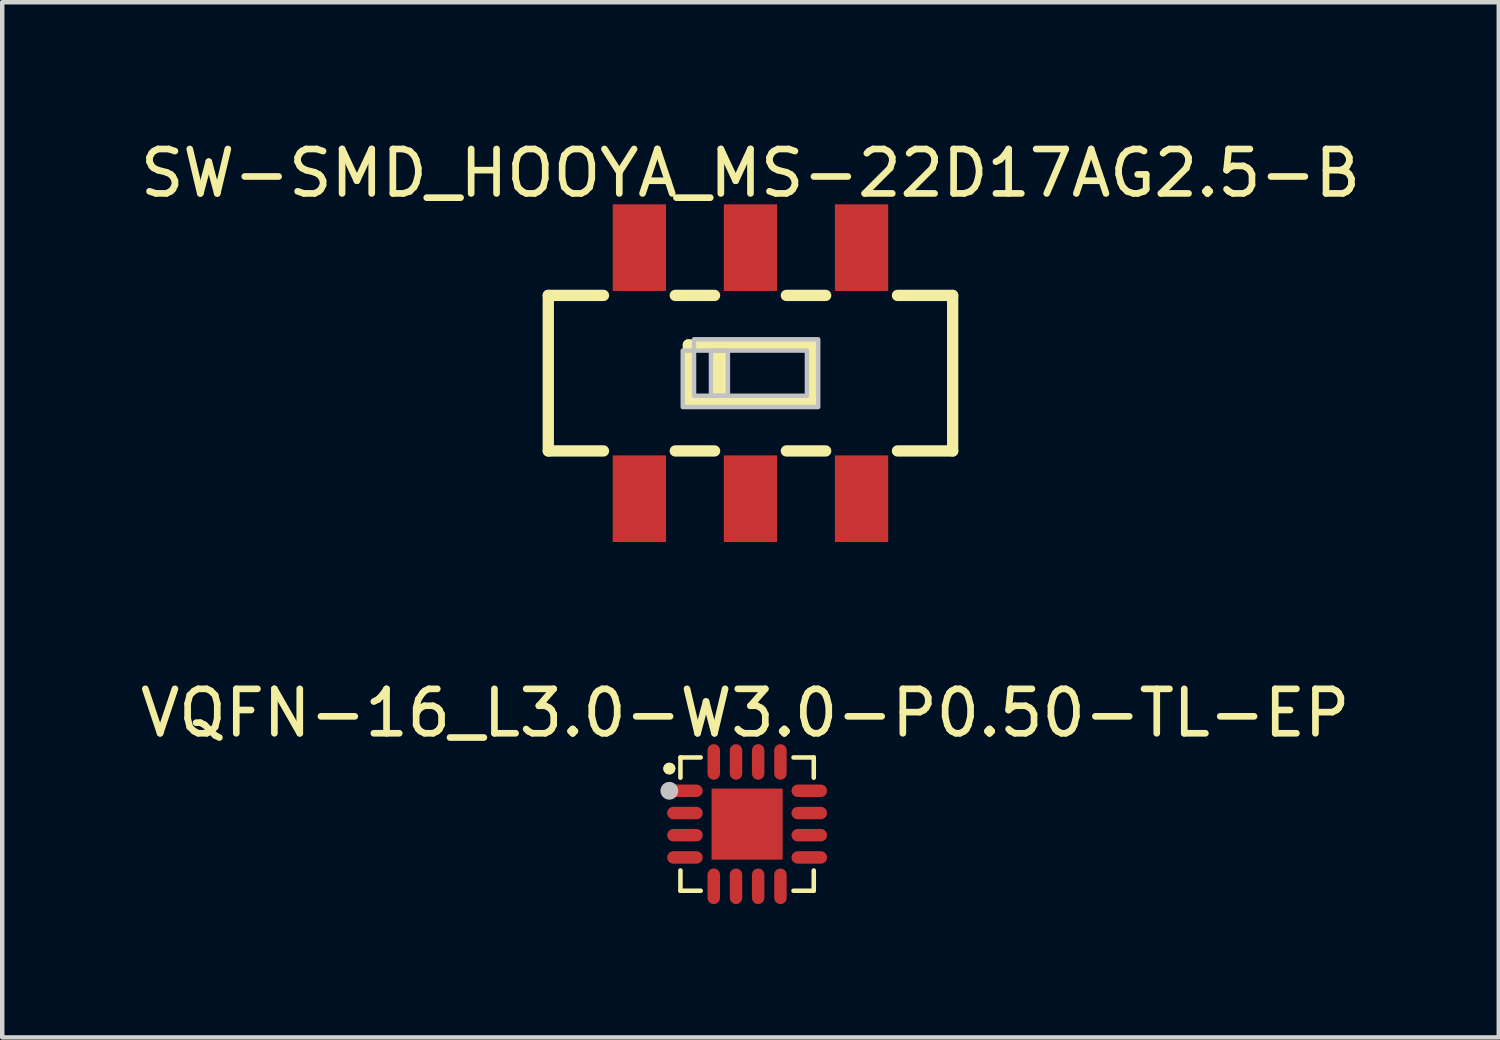
<source format=kicad_pcb>
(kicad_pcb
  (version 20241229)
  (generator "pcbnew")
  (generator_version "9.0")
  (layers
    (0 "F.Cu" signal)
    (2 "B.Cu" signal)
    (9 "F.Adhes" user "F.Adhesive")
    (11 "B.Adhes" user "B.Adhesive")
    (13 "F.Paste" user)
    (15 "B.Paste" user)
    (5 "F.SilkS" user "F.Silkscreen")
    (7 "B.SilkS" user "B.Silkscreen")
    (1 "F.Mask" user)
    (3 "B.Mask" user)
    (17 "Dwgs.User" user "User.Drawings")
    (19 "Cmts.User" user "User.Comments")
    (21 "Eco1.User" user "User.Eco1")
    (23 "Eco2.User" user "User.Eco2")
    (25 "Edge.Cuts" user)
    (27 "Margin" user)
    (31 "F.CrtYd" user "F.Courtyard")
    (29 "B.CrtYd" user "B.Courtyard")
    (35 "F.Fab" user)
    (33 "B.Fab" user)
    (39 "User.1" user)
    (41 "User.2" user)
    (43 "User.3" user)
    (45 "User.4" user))
  (footprint "VQFN-16_L3.0-W3.0-P0.50-TL-EP"
    (layer "F.Cu")
    (at 13.763 15.496)
    (property "Reference" "VQFN-16_L3.0-W3.0-P0.50-TL-EP" (at -0.043 -2.499 0) (layer "F.SilkS") (effects (font (size 1 1) (thickness 0.15))))
    (fp_line (start -1.5 -1.5) (end -1.5 -1.044) (stroke (width 0.102) (type default)) (layer "F.SilkS"))
    (fp_line (start -1.5 1.044) (end -1.5 1.5) (stroke (width 0.102) (type default)) (layer "F.SilkS"))
    (fp_line (start -1.5 1.5) (end -1.044 1.5) (stroke (width 0.102) (type default)) (layer "F.SilkS"))
    (fp_line (start -1.044 -1.5) (end -1.5 -1.5) (stroke (width 0.102) (type default)) (layer "F.SilkS"))
    (fp_line (start 1.044 1.5) (end 1.5 1.5) (stroke (width 0.102) (type default)) (layer "F.SilkS"))
    (fp_line (start 1.5 -1.5) (end 1.044 -1.5) (stroke (width 0.102) (type default)) (layer "F.SilkS"))
    (fp_line (start 1.5 -1.5) (end 1.5 -1.044) (stroke (width 0.102) (type default)) (layer "F.SilkS"))
    (fp_line (start 1.5 1.044) (end 1.5 1.5) (stroke (width 0.102) (type default)) (layer "F.SilkS"))
    (fp_arc (start -1.76 -1.25) (mid -1.750744 -1.259972) (end -1.74 -1.2515) (stroke (width 0.25) (type default)) (layer "F.SilkS"))
    (fp_arc (start -1.74 -1.249) (mid -1.750501 -1.239963) (end -1.76 -1.25) (stroke (width 0.25) (type default)) (layer "F.SilkS"))
    (fp_poly (pts (xy -0.64 -0.64) (xy 0.64 -0.64) (xy 0.64 0.64) (xy -0.64 0.64)) (stroke (width 0) (type default)) (fill yes) (layer "F.Paste"))
    (fp_poly (pts (arc (start -1.6595 -0.609) (mid -1.7995 -0.749) (end -1.6595 -0.889)) (arc (start -1.1395 -0.889) (mid -0.9995 -0.749) (end -1.1395 -0.609))) (stroke (width 0) (type default)) (fill yes) (layer "F.Paste"))
    (fp_poly (pts (arc (start -1.6595 -0.1085) (mid -1.7995 -0.2485) (end -1.6595 -0.3885)) (arc (start -1.1395 -0.3885) (mid -0.9995 -0.2485) (end -1.1395 -0.1085))) (stroke (width 0) (type default)) (fill yes) (layer "F.Paste"))
    (fp_poly (pts (arc (start -1.6595 0.389) (mid -1.7995 0.249) (end -1.6595 0.109)) (arc (start -1.1395 0.109) (mid -0.9995 0.249) (end -1.1395 0.389))) (stroke (width 0) (type default)) (fill yes) (layer "F.Paste"))
    (fp_poly (pts (arc (start -1.6595 0.8895) (mid -1.7995 0.7495) (end -1.6595 0.6095)) (arc (start -1.1395 0.6095) (mid -0.9995 0.7495) (end -1.1395 0.8895))) (stroke (width 0) (type default)) (fill yes) (layer "F.Paste"))
    (fp_poly (pts (arc (start -0.8895 -1.6595) (mid -0.749 -1.8) (end -0.609 -1.6595)) (arc (start -0.609 -1.1395) (mid -0.749 -0.9995) (end -0.8895 -1.1395))) (stroke (width 0) (type default)) (fill yes) (layer "F.Paste"))
    (fp_poly (pts (arc (start -0.8895 1.1395) (mid -0.749 0.999) (end -0.609 1.1395)) (arc (start -0.609 1.6595) (mid -0.749 1.7995) (end -0.8895 1.6595))) (stroke (width 0) (type default)) (fill yes) (layer "F.Paste"))
    (fp_poly (pts (arc (start -0.389 -1.6595) (mid -0.249 -1.7995) (end -0.109 -1.6595)) (arc (start -0.109 -1.1395) (mid -0.249 -0.9995) (end -0.389 -1.1395))) (stroke (width 0) (type default)) (fill yes) (layer "F.Paste"))
    (fp_poly (pts (arc (start -0.389 1.1395) (mid -0.249 0.9995) (end -0.109 1.1395)) (arc (start -0.109 1.6595) (mid -0.249 1.7995) (end -0.389 1.6595))) (stroke (width 0) (type default)) (fill yes) (layer "F.Paste"))
    (fp_poly (pts (arc (start 0.109 -1.6595) (mid 0.249 -1.7995) (end 0.389 -1.6595)) (arc (start 0.389 -1.1395) (mid 0.249 -0.9995) (end 0.109 -1.1395))) (stroke (width 0) (type default)) (fill yes) (layer "F.Paste"))
    (fp_poly (pts (arc (start 0.109 1.1395) (mid 0.249 0.9995) (end 0.389 1.1395)) (arc (start 0.389 1.6595) (mid 0.249 1.7995) (end 0.109 1.6595))) (stroke (width 0) (type default)) (fill yes) (layer "F.Paste"))
    (fp_poly (pts (arc (start 0.6095 -1.6595) (mid 0.7495 -1.7995) (end 0.8895 -1.6595)) (arc (start 0.8895 -1.1395) (mid 0.7495 -0.9995) (end 0.6095 -1.1395))) (stroke (width 0) (type default)) (fill yes) (layer "F.Paste"))
    (fp_poly (pts (arc (start 0.6095 1.1395) (mid 0.7495 0.9995) (end 0.8895 1.1395)) (arc (start 0.8895 1.6595) (mid 0.7495 1.7995) (end 0.6095 1.6595))) (stroke (width 0) (type default)) (fill yes) (layer "F.Paste"))
    (fp_poly (pts (arc (start 1.1395 -0.609) (mid 0.9995 -0.749) (end 1.1395 -0.889)) (arc (start 1.6595 -0.889) (mid 1.7995 -0.749) (end 1.6595 -0.609))) (stroke (width 0) (type default)) (fill yes) (layer "F.Paste"))
    (fp_poly (pts (arc (start 1.1395 -0.1085) (mid 0.9995 -0.2485) (end 1.1395 -0.3885)) (arc (start 1.6595 -0.3885) (mid 1.7995 -0.2485) (end 1.6595 -0.1085))) (stroke (width 0) (type default)) (fill yes) (layer "F.Paste"))
    (fp_poly (pts (arc (start 1.1395 0.389) (mid 0.9995 0.249) (end 1.1395 0.109)) (arc (start 1.6595 0.109) (mid 1.7995 0.249) (end 1.6595 0.389))) (stroke (width 0) (type default)) (fill yes) (layer "F.Paste"))
    (fp_poly (pts (arc (start 1.1395 0.8895) (mid 0.9995 0.7495) (end 1.1395 0.6095)) (arc (start 1.6595 0.6095) (mid 1.7995 0.7495) (end 1.6595 0.8895))) (stroke (width 0) (type default)) (fill yes) (layer "F.Paste"))
    (fp_circle (center -1.75 -0.75) (end -1.65 -0.75) (stroke (width 0.2) (type default)) (fill no) (layer "Dwgs.User"))
    (fp_poly (pts (xy -1.1 -0.875) (xy -1.1 -0.625) (xy -1.5 -0.625) (xy -1.5 -0.875)) (stroke (width 0.1) (type default)) (fill no) (layer "User.1"))
    (fp_poly (pts (xy -1.1 -0.374) (xy -1.1 -0.124) (xy -1.5 -0.124) (xy -1.5 -0.374)) (stroke (width 0.1) (type default)) (fill no) (layer "User.1"))
    (fp_poly (pts (xy -1.1 0.124) (xy -1.1 0.374) (xy -1.5 0.374) (xy -1.5 0.124)) (stroke (width 0.1) (type default)) (fill no) (layer "User.1"))
    (fp_poly (pts (xy -1.1 0.625) (xy -1.1 0.875) (xy -1.5 0.875) (xy -1.5 0.625)) (stroke (width 0.1) (type default)) (fill no) (layer "User.1"))
    (fp_poly (pts (xy -0.875 -1.5) (xy -0.625 -1.5) (xy -0.625 -1.1) (xy -0.875 -1.1)) (stroke (width 0.1) (type default)) (fill no) (layer "User.1"))
    (fp_poly (pts (xy -0.875 1.1) (xy -0.625 1.1) (xy -0.625 1.5) (xy -0.875 1.5)) (stroke (width 0.1) (type default)) (fill no) (layer "User.1"))
    (fp_poly (pts (xy -0.8 -0.8) (xy 0.8 -0.8) (xy 0.8 0.8) (xy -0.8 0.8)) (stroke (width 0.1) (type default)) (fill no) (layer "User.1"))
    (fp_poly (pts (xy -0.374 -1.5) (xy -0.124 -1.5) (xy -0.124 -1.1) (xy -0.374 -1.1)) (stroke (width 0.1) (type default)) (fill no) (layer "User.1"))
    (fp_poly (pts (xy -0.374 1.1) (xy -0.124 1.1) (xy -0.124 1.5) (xy -0.374 1.5)) (stroke (width 0.1) (type default)) (fill no) (layer "User.1"))
    (fp_poly (pts (xy 0.124 -1.5) (xy 0.374 -1.5) (xy 0.374 -1.1) (xy 0.124 -1.1)) (stroke (width 0.1) (type default)) (fill no) (layer "User.1"))
    (fp_poly (pts (xy 0.124 1.1) (xy 0.374 1.1) (xy 0.374 1.5) (xy 0.124 1.5)) (stroke (width 0.1) (type default)) (fill no) (layer "User.1"))
    (fp_poly (pts (xy 0.625 -1.5) (xy 0.875 -1.5) (xy 0.875 -1.1) (xy 0.625 -1.1)) (stroke (width 0.1) (type default)) (fill no) (layer "User.1"))
    (fp_poly (pts (xy 0.625 1.1) (xy 0.875 1.1) (xy 0.875 1.5) (xy 0.625 1.5)) (stroke (width 0.1) (type default)) (fill no) (layer "User.1"))
    (fp_poly (pts (xy 1.5 -0.875) (xy 1.5 -0.625) (xy 1.1 -0.625) (xy 1.1 -0.875)) (stroke (width 0.1) (type default)) (fill no) (layer "User.1"))
    (fp_poly (pts (xy 1.5 -0.374) (xy 1.5 -0.124) (xy 1.1 -0.124) (xy 1.1 -0.374)) (stroke (width 0.1) (type default)) (fill no) (layer "User.1"))
    (fp_poly (pts (xy 1.5 0.124) (xy 1.5 0.374) (xy 1.1 0.374) (xy 1.1 0.124)) (stroke (width 0.1) (type default)) (fill no) (layer "User.1"))
    (fp_poly (pts (xy 1.5 0.625) (xy 1.5 0.875) (xy 1.1 0.875) (xy 1.1 0.625)) (stroke (width 0.1) (type default)) (fill no) (layer "User.1"))
    (fp_line (start -1.5 -1.5) (end 1.5 -1.5) (stroke (width 0.051) (type default)) (layer "User.2"))
    (fp_line (start -1.5 1.5) (end -1.5 -1.5) (stroke (width 0.051) (type default)) (layer "User.2"))
    (fp_line (start 1.5 -1.5) (end 1.5 1.5) (stroke (width 0.051) (type default)) (layer "User.2"))
    (fp_line (start 1.5 1.5) (end -1.5 1.5) (stroke (width 0.051) (type default)) (layer "User.2"))
    (fp_poly (pts (xy -1.352 -1.47) (xy -1.367 -1.506) (xy -1.394 -1.533) (xy -1.43 -1.548) (xy -1.47 -1.548) (xy -1.506 -1.533) (xy -1.533 -1.506) (xy -1.548 -1.47) (xy -1.548 -1.43) (xy -1.533 -1.394) (xy -1.506 -1.367) (xy -1.47 -1.352) (xy -1.43 -1.352) (xy -1.394 -1.367) (xy -1.367 -1.394) (xy -1.352 -1.43)) (stroke (width 0.1) (type default)) (fill no) (layer "User.3"))
    (pad "1" smd oval (at -1.399 -0.75 90) (size 0.28 0.8) (layers "F.Cu" "F.Mask" "F.Paste"))
    (pad "2" smd oval (at -1.399 -0.249 90) (size 0.28 0.8) (layers "F.Cu" "F.Mask" "F.Paste"))
    (pad "3" smd oval (at -1.399 0.249 90) (size 0.28 0.8) (layers "F.Cu" "F.Mask" "F.Paste"))
    (pad "4" smd oval (at -1.399 0.75 90) (size 0.28 0.8) (layers "F.Cu" "F.Mask" "F.Paste"))
    (pad "5" smd oval (at -0.75 1.399) (size 0.28 0.8) (layers "F.Cu" "F.Mask" "F.Paste"))
    (pad "6" smd oval (at -0.249 1.399) (size 0.28 0.8) (layers "F.Cu" "F.Mask" "F.Paste"))
    (pad "7" smd oval (at 0.249 1.399) (size 0.28 0.8) (layers "F.Cu" "F.Mask" "F.Paste"))
    (pad "8" smd oval (at 0.75 1.399) (size 0.28 0.8) (layers "F.Cu" "F.Mask" "F.Paste"))
    (pad "9" smd oval (at 1.399 0.75 90) (size 0.28 0.8) (layers "F.Cu" "F.Mask" "F.Paste"))
    (pad "10" smd oval (at 1.399 0.249 90) (size 0.28 0.8) (layers "F.Cu" "F.Mask" "F.Paste"))
    (pad "11" smd oval (at 1.399 -0.249 90) (size 0.28 0.8) (layers "F.Cu" "F.Mask" "F.Paste"))
    (pad "12" smd oval (at 1.399 -0.75 90) (size 0.28 0.8) (layers "F.Cu" "F.Mask" "F.Paste"))
    (pad "13" smd oval (at 0.75 -1.399) (size 0.28 0.8) (layers "F.Cu" "F.Mask" "F.Paste"))
    (pad "14" smd oval (at 0.249 -1.399) (size 0.28 0.8) (layers "F.Cu" "F.Mask" "F.Paste"))
    (pad "15" smd oval (at -0.249 -1.399) (size 0.28 0.8) (layers "F.Cu" "F.Mask" "F.Paste"))
    (pad "16" smd oval (at -0.75 -1.399) (size 0.28 0.8) (layers "F.Cu" "F.Mask" "F.Paste"))
    (pad "17" smd rect (at 0 0) (size 1.6 1.6) (layers "F.Cu" "F.Mask" "F.Paste")))
  (footprint "SW-SMD_HOOYA_MS-22D17AG2.5-B"
    (layer "F.Cu")
    (at 13.839 5.348)
    (property "Reference" "SW-SMD_HOOYA_MS-22D17AG2.5-B" (at 0 -4.5 0) (layer "F.SilkS") (effects (font (size 1 1) (thickness 0.15))))
    (fp_line (start -4.55 -1.75) (end -4.55 1.75) (stroke (width 0.254) (type default)) (layer "F.SilkS"))
    (fp_line (start -4.55 -1.75) (end -3.308 -1.75) (stroke (width 0.254) (type default)) (layer "F.SilkS"))
    (fp_line (start -4.55 1.75) (end -3.308 1.75) (stroke (width 0.254) (type default)) (layer "F.SilkS"))
    (fp_line (start -1.692 1.75) (end -0.808 1.75) (stroke (width 0.254) (type default)) (layer "F.SilkS"))
    (fp_line (start -1.692 -1.75) (end -0.808 -1.75) (stroke (width 0.254) (type default)) (layer "F.SilkS"))
    (fp_line (start -1.397 -0.635) (end 1.397 -0.635) (stroke (width 0.254) (type default)) (layer "F.SilkS"))
    (fp_line (start -1.397 0.635) (end -1.397 -0.635) (stroke (width 0.254) (type default)) (layer "F.SilkS"))
    (fp_line (start -0.762 -0.508) (end -0.762 0.508) (stroke (width 0.254) (type default)) (layer "F.SilkS"))
    (fp_line (start -0.762 0.508) (end -0.635 0.508) (stroke (width 0.254) (type default)) (layer "F.SilkS"))
    (fp_line (start -0.635 0.508) (end -0.635 -0.508) (stroke (width 0.254) (type default)) (layer "F.SilkS"))
    (fp_line (start 0.808 -1.75) (end 1.692 -1.75) (stroke (width 0.254) (type default)) (layer "F.SilkS"))
    (fp_line (start 0.808 1.75) (end 1.692 1.75) (stroke (width 0.254) (type default)) (layer "F.SilkS"))
    (fp_line (start 1.397 -0.635) (end 1.397 0.635) (stroke (width 0.254) (type default)) (layer "F.SilkS"))
    (fp_line (start 1.397 0.635) (end -1.397 0.635) (stroke (width 0.254) (type default)) (layer "F.SilkS"))
    (fp_line (start 3.308 -1.75) (end 4.55 -1.75) (stroke (width 0.254) (type default)) (layer "F.SilkS"))
    (fp_line (start 3.308 1.75) (end 4.55 1.75) (stroke (width 0.254) (type default)) (layer "F.SilkS"))
    (fp_line (start 4.55 -1.75) (end 4.55 1.75) (stroke (width 0.254) (type default)) (layer "F.SilkS"))
    (fp_poly (pts (xy -0.889 -0.508) (xy -0.889 0.508) (xy -0.508 0.508) (xy -0.508 -0.508)) (stroke (width 0.1) (type default)) (fill no) (layer "Dwgs.User"))
    (fp_poly (pts (xy 1.27 -0.508) (xy 1.27 0.508) (xy -1.27 0.508) (xy -1.27 -0.508)) (stroke (width 0.1) (type default)) (fill no) (layer "Dwgs.User"))
    (fp_poly (pts (xy -1.27 -0.508) (xy -1.524 -0.508) (xy -1.524 0.762) (xy 1.524 0.762) (xy 1.524 -0.762) (xy -1.27 -0.762)) (stroke (width 0.1) (type default)) (fill no) (layer "Dwgs.User"))
    (fp_poly (pts (xy -2.8 -2.45) (xy -2.8 -3.45) (xy -2.2 -3.45) (xy -2.2 -2.45)) (stroke (width 0.1) (type default)) (fill no) (layer "User.1"))
    (fp_poly (pts (xy -2.8 -1.74) (xy -2.8 -2.46) (xy -2.2 -2.46) (xy -2.2 -1.74)) (stroke (width 0.1) (type default)) (fill no) (layer "User.1"))
    (fp_poly (pts (xy -2.8 2.46) (xy -2.8 1.74) (xy -2.2 1.74) (xy -2.2 2.46)) (stroke (width 0.1) (type default)) (fill no) (layer "User.1"))
    (fp_poly (pts (xy -2.8 3.45) (xy -2.8 2.45) (xy -2.2 2.45) (xy -2.2 3.45)) (stroke (width 0.1) (type default)) (fill no) (layer "User.1"))
    (fp_poly (pts (xy -0.3 -2.45) (xy -0.3 -3.45) (xy 0.3 -3.45) (xy 0.3 -2.45)) (stroke (width 0.1) (type default)) (fill no) (layer "User.1"))
    (fp_poly (pts (xy -0.3 -1.74) (xy -0.3 -2.46) (xy 0.3 -2.46) (xy 0.3 -1.74)) (stroke (width 0.1) (type default)) (fill no) (layer "User.1"))
    (fp_poly (pts (xy -0.3 2.46) (xy -0.3 1.74) (xy 0.3 1.74) (xy 0.3 2.46)) (stroke (width 0.1) (type default)) (fill no) (layer "User.1"))
    (fp_poly (pts (xy -0.3 3.45) (xy -0.3 2.45) (xy 0.3 2.45) (xy 0.3 3.45)) (stroke (width 0.1) (type default)) (fill no) (layer "User.1"))
    (fp_poly (pts (xy 2.2 -2.45) (xy 2.2 -3.45) (xy 2.8 -3.45) (xy 2.8 -2.45)) (stroke (width 0.1) (type default)) (fill no) (layer "User.1"))
    (fp_poly (pts (xy 2.2 -1.74) (xy 2.2 -2.46) (xy 2.8 -2.46) (xy 2.8 -1.74)) (stroke (width 0.1) (type default)) (fill no) (layer "User.1"))
    (fp_poly (pts (xy 2.2 2.46) (xy 2.2 1.74) (xy 2.8 1.74) (xy 2.8 2.46)) (stroke (width 0.1) (type default)) (fill no) (layer "User.1"))
    (fp_poly (pts (xy 2.2 3.45) (xy 2.2 2.45) (xy 2.8 2.45) (xy 2.8 3.45)) (stroke (width 0.1) (type default)) (fill no) (layer "User.1"))
    (fp_line (start -4.55 -1.75) (end 4.55 -1.75) (stroke (width 0.051) (type default)) (layer "User.2"))
    (fp_line (start -4.55 1.75) (end -4.55 -1.75) (stroke (width 0.051) (type default)) (layer "User.2"))
    (fp_line (start 4.55 -1.75) (end 4.55 1.75) (stroke (width 0.051) (type default)) (layer "User.2"))
    (fp_line (start 4.55 1.75) (end -4.55 1.75) (stroke (width 0.051) (type default)) (layer "User.2"))
    (fp_poly (pts (xy -4.495 3.427) (xy -4.527 3.395) (xy -4.573 3.395) (xy -4.605 3.427) (xy -4.605 3.473) (xy -4.573 3.505) (xy -4.527 3.505) (xy -4.495 3.473)) (stroke (width 0.1) (type default)) (fill no) (layer "User.3"))
    (pad "1" smd rect (at -2.5 2.825) (size 1.2 1.95) (layers "F.Cu" "F.Mask" "F.Paste"))
    (pad "2" smd rect (at 0 2.825) (size 1.2 1.95) (layers "F.Cu" "F.Mask" "F.Paste"))
    (pad "3" smd rect (at 2.5 2.825) (size 1.2 1.95) (layers "F.Cu" "F.Mask" "F.Paste"))
    (pad "4" smd rect (at 2.5 -2.825) (size 1.2 1.95) (layers "F.Cu" "F.Mask" "F.Paste"))
    (pad "5" smd rect (at 0 -2.825) (size 1.2 1.95) (layers "F.Cu" "F.Mask" "F.Paste"))
    (pad "6" smd rect (at -2.5 -2.825) (size 1.2 1.95) (layers "F.Cu" "F.Mask" "F.Paste")))
  (gr_rect
    (start -3 -3)
    (end 30.679 20.296)
    (stroke (width 0.1) (type default))
    (fill no)
    (layer "Edge.Cuts")))
</source>
